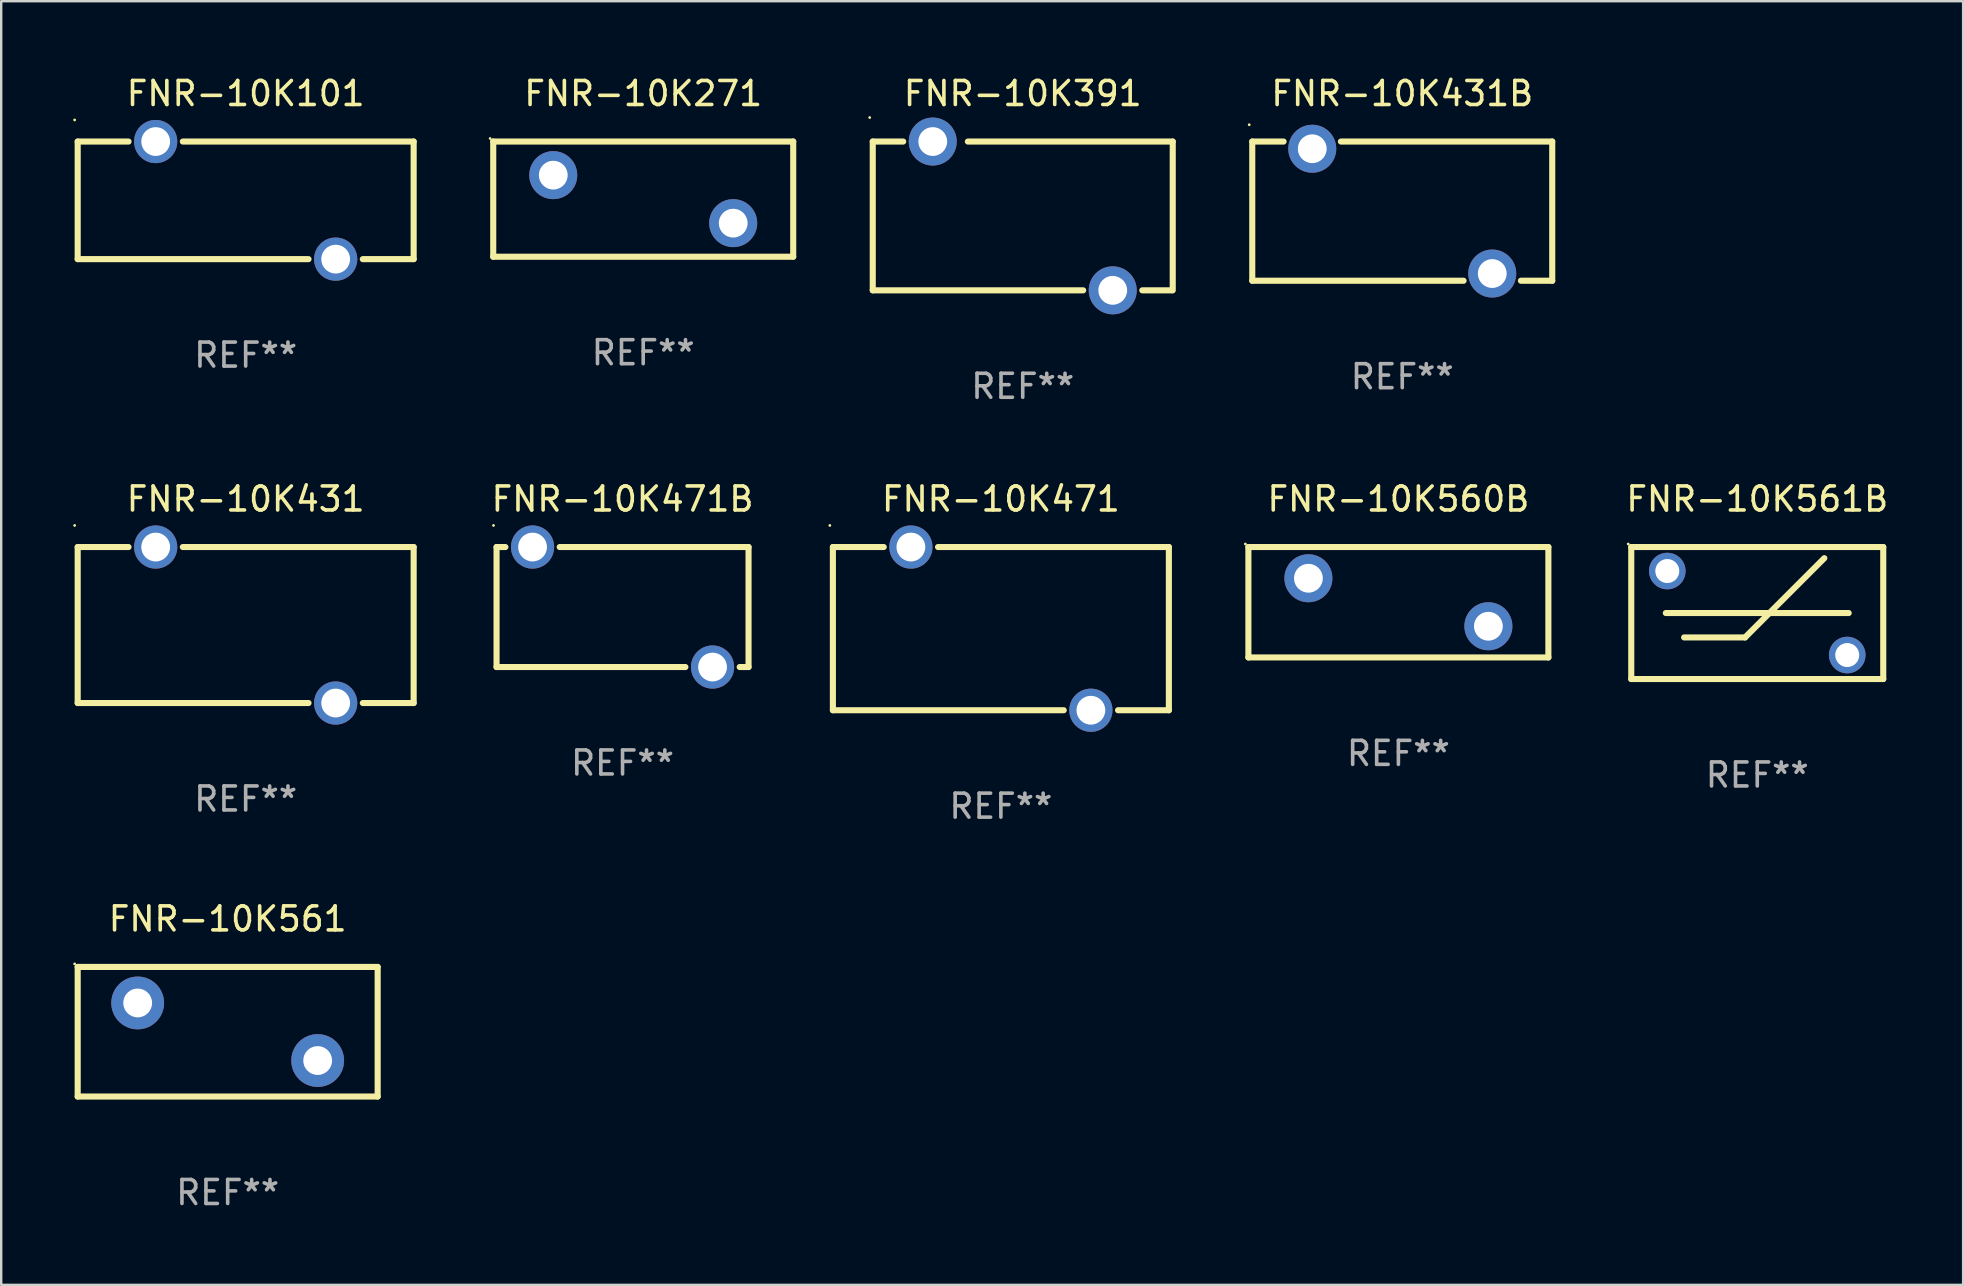
<source format=kicad_pcb>
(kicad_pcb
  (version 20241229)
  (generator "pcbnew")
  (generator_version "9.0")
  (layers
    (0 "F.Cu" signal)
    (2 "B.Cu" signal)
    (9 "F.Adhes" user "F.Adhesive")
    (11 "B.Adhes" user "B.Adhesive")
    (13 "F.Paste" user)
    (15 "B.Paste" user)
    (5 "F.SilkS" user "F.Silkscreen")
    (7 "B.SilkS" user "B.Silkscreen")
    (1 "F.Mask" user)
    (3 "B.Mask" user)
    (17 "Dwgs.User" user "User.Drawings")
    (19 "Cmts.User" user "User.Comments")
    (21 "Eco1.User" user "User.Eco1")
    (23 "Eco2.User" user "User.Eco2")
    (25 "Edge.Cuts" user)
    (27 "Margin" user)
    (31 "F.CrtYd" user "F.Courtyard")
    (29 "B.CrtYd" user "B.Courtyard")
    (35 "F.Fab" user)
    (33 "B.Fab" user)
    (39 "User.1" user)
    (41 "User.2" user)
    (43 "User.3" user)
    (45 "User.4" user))
  (footprint "FNR-10K431B"
    (layer "F.Cu")
    (at 55.381 5.748)
    (property "Reference" "FNR-10K431B" (at 0 -4.9 0) (layer "F.SilkS") (effects (font (size 1 1) (thickness 0.15))))
    (attr through_hole)
    (fp_line (start -6.25 -2.9) (end -6.25 2.9) (stroke (width 0.254) (type solid)) (layer "F.SilkS"))
    (fp_line (start -6.25 -2.9) (end -4.944 -2.9) (stroke (width 0.254) (type solid)) (layer "F.SilkS"))
    (fp_line (start -6.25 2.9) (end 2.556 2.9) (stroke (width 0.254) (type solid)) (layer "F.SilkS"))
    (fp_line (start -2.556 -2.9) (end 6.25 -2.9) (stroke (width 0.254) (type solid)) (layer "F.SilkS"))
    (fp_line (start 4.944 2.9) (end 6.25 2.9) (stroke (width 0.254) (type solid)) (layer "F.SilkS"))
    (fp_line (start 6.25 -2.9) (end 6.25 2.9) (stroke (width 0.254) (type solid)) (layer "F.SilkS"))
    (fp_circle (center -6.377 -3.6) (end -6.347 -3.6) (stroke (width 0.06) (type solid)) (fill no) (layer "F.SilkS"))
    (fp_text user "REF**" (at 0 6.9 0) (layer "F.Fab") (effects (font (size 1 1) (thickness 0.15))))
    (pad "1" thru_hole circle (at -3.75 -2.6) (size 2 2) (drill 1.2) (layers "*.Cu" "*.Mask"))
    (pad "2" thru_hole circle (at 3.75 2.6) (size 2 2) (drill 1.2) (layers "*.Cu" "*.Mask")))
  (footprint "FNR-10K391"
    (layer "F.Cu")
    (at 39.567 5.948)
    (property "Reference" "FNR-10K391" (at 0 -5.1 0) (layer "F.SilkS") (effects (font (size 1 1) (thickness 0.15))))
    (attr through_hole)
    (fp_line (start -6.25 -3.1) (end -6.25 3.1) (stroke (width 0.254) (type solid)) (layer "F.SilkS"))
    (fp_line (start -6.25 -3.1) (end -4.981 -3.1) (stroke (width 0.254) (type solid)) (layer "F.SilkS"))
    (fp_line (start -6.25 3.1) (end 2.519 3.1) (stroke (width 0.254) (type solid)) (layer "F.SilkS"))
    (fp_line (start 4.981 3.1) (end 6.223 3.1) (stroke (width 0.254) (type solid)) (layer "F.SilkS"))
    (fp_line (start 6.25 -3.1) (end -2.286 -3.1) (stroke (width 0.254) (type solid)) (layer "F.SilkS"))
    (fp_line (start 6.25 -3.1) (end 6.25 3.1) (stroke (width 0.254) (type solid)) (layer "F.SilkS"))
    (fp_circle (center -6.377 -4.1) (end -6.347 -4.1) (stroke (width 0.06) (type solid)) (fill no) (layer "F.SilkS"))
    (fp_text user "REF**" (at 0 7.1 0) (layer "F.Fab") (effects (font (size 1 1) (thickness 0.15))))
    (pad "1" thru_hole circle (at -3.75 -3.1) (size 2 2) (drill 1.2) (layers "*.Cu" "*.Mask"))
    (pad "2" thru_hole circle (at 3.75 3.1) (size 2 2) (drill 1.2) (layers "*.Cu" "*.Mask")))
  (footprint "FNR-10K471"
    (layer "F.Cu")
    (at 38.656 23.145)
    (property "Reference" "FNR-10K471" (at 0 -5.4 0) (layer "F.SilkS") (effects (font (size 1 1) (thickness 0.15))))
    (attr through_hole)
    (fp_line (start -7 -3.4) (end -4.881 -3.4) (stroke (width 0.254) (type solid)) (layer "F.SilkS"))
    (fp_line (start -7 3.4) (end -7 -3.4) (stroke (width 0.254) (type solid)) (layer "F.SilkS"))
    (fp_line (start -7 3.4) (end 2.619 3.4) (stroke (width 0.254) (type solid)) (layer "F.SilkS"))
    (fp_line (start -2.619 -3.4) (end 7 -3.4) (stroke (width 0.254) (type solid)) (layer "F.SilkS"))
    (fp_line (start 4.881 3.4) (end 7 3.4) (stroke (width 0.254) (type solid)) (layer "F.SilkS"))
    (fp_line (start 7 -3.4) (end 7 3.4) (stroke (width 0.254) (type solid)) (layer "F.SilkS"))
    (fp_circle (center -7.127 -4.3) (end -7.097 -4.3) (stroke (width 0.06) (type solid)) (fill no) (layer "F.SilkS"))
    (fp_text user "REF**" (at 0 7.4 0) (layer "F.Fab") (effects (font (size 1 1) (thickness 0.15))))
    (pad "1" thru_hole circle (at -3.75 -3.4) (size 1.8 1.8) (drill 1.2) (layers "*.Cu" "*.Mask"))
    (pad "2" thru_hole circle (at 3.75 3.4) (size 1.8 1.8) (drill 1.2) (layers "*.Cu" "*.Mask")))
  (footprint "FNR-10K271"
    (layer "F.Cu")
    (at 23.752 5.248)
    (property "Reference" "FNR-10K271" (at 0 -4.4 0) (layer "F.SilkS") (effects (font (size 1 1) (thickness 0.15))))
    (attr through_hole)
    (fp_line (start -6.249 2.4) (end -6.249 -2.4) (stroke (width 0.254) (type solid)) (layer "F.SilkS"))
    (fp_line (start -6.249 -2.4) (end 6.251 -2.4) (stroke (width 0.254) (type solid)) (layer "F.SilkS"))
    (fp_line (start 6.251 -2.4) (end 6.251 2.4) (stroke (width 0.254) (type solid)) (layer "F.SilkS"))
    (fp_line (start 6.251 2.4) (end -6.251 2.4) (stroke (width 0.254) (type solid)) (layer "F.SilkS"))
    (fp_circle (center -6.378 -2.527) (end -6.348 -2.527) (stroke (width 0.06) (type solid)) (fill no) (layer "F.SilkS"))
    (fp_text user "REF**" (at 0 6.4 0) (layer "F.Fab") (effects (font (size 1 1) (thickness 0.15))))
    (pad "1" thru_hole circle (at -3.748 -1) (size 2 2) (drill 1.2) (layers "*.Cu" "*.Mask"))
    (pad "2" thru_hole circle (at 3.75 1) (size 2 2) (drill 1.2) (layers "*.Cu" "*.Mask")))
  (footprint "FNR-10K431"
    (layer "F.Cu")
    (at 7.187 22.995)
    (property "Reference" "FNR-10K431" (at 0 -5.25 0) (layer "F.SilkS") (effects (font (size 1 1) (thickness 0.15))))
    (attr through_hole)
    (fp_line (start -7 -3.25) (end -4.881 -3.25) (stroke (width 0.254) (type solid)) (layer "F.SilkS"))
    (fp_line (start -7 3.25) (end -7 -3.25) (stroke (width 0.254) (type solid)) (layer "F.SilkS"))
    (fp_line (start -7 3.25) (end 2.619 3.25) (stroke (width 0.254) (type solid)) (layer "F.SilkS"))
    (fp_line (start -2.619 -3.25) (end 7 -3.25) (stroke (width 0.254) (type solid)) (layer "F.SilkS"))
    (fp_line (start 4.881 3.25) (end 7 3.25) (stroke (width 0.254) (type solid)) (layer "F.SilkS"))
    (fp_line (start 7 -3.25) (end 7 3.25) (stroke (width 0.254) (type solid)) (layer "F.SilkS"))
    (fp_circle (center -7.127 -4.15) (end -7.097 -4.15) (stroke (width 0.06) (type solid)) (fill no) (layer "F.SilkS"))
    (fp_text user "REF**" (at 0 7.25 0) (layer "F.Fab") (effects (font (size 1 1) (thickness 0.15))))
    (pad "1" thru_hole circle (at -3.75 -3.25) (size 1.8 1.8) (drill 1.2) (layers "*.Cu" "*.Mask"))
    (pad "2" thru_hole circle (at 3.75 3.25) (size 1.8 1.8) (drill 1.2) (layers "*.Cu" "*.Mask")))
  (footprint "FNR-10K561B"
    (layer "F.Cu")
    (at 70.174 22.495)
    (property "Reference" "FNR-10K561B" (at 0 -4.75 0) (layer "F.SilkS") (effects (font (size 1 1) (thickness 0.15))))
    (attr through_hole)
    (fp_line (start -5.25 -2.75) (end 5.25 -2.75) (stroke (width 0.254) (type solid)) (layer "F.SilkS"))
    (fp_line (start -5.25 2.75) (end -5.25 -2.75) (stroke (width 0.254) (type solid)) (layer "F.SilkS"))
    (fp_line (start -5.25 2.75) (end 5.25 2.75) (stroke (width 0.254) (type solid)) (layer "F.SilkS"))
    (fp_line (start -3.81 0) (end 3.81 0) (stroke (width 0.254) (type solid)) (layer "F.SilkS"))
    (fp_line (start -3.048 1.016) (end -0.508 1.016) (stroke (width 0.254) (type solid)) (layer "F.SilkS"))
    (fp_line (start -0.508 1.016) (end 2.794 -2.286) (stroke (width 0.254) (type solid)) (layer "F.SilkS"))
    (fp_line (start 5.25 -2.75) (end 5.25 2.75) (stroke (width 0.254) (type solid)) (layer "F.SilkS"))
    (fp_circle (center -5.377 -2.877) (end -5.347 -2.877) (stroke (width 0.06) (type solid)) (fill no) (layer "F.SilkS"))
    (fp_text user "REF**" (at 0 6.75 0) (layer "F.Fab") (effects (font (size 1 1) (thickness 0.15))))
    (pad "1" thru_hole circle (at -3.749 -1.75) (size 1.524 1.524) (drill 1) (layers "*.Cu" "*.Mask"))
    (pad "2" thru_hole circle (at 3.749 1.75) (size 1.524 1.524) (drill 1) (layers "*.Cu" "*.Mask")))
  (footprint "FNR-10K101"
    (layer "F.Cu")
    (at 7.187 5.298)
    (property "Reference" "FNR-10K101" (at 0 -4.45 0) (layer "F.SilkS") (effects (font (size 1 1) (thickness 0.15))))
    (attr through_hole)
    (fp_line (start -7 -2.45) (end -4.881 -2.45) (stroke (width 0.254) (type solid)) (layer "F.SilkS"))
    (fp_line (start -7 2.45) (end -7 -2.45) (stroke (width 0.254) (type solid)) (layer "F.SilkS"))
    (fp_line (start -7 2.45) (end 2.619 2.45) (stroke (width 0.254) (type solid)) (layer "F.SilkS"))
    (fp_line (start -2.619 -2.45) (end 7 -2.45) (stroke (width 0.254) (type solid)) (layer "F.SilkS"))
    (fp_line (start 4.881 2.45) (end 7 2.45) (stroke (width 0.254) (type solid)) (layer "F.SilkS"))
    (fp_line (start 7 -2.45) (end 7 2.45) (stroke (width 0.254) (type solid)) (layer "F.SilkS"))
    (fp_circle (center -7.127 -3.35) (end -7.097 -3.35) (stroke (width 0.06) (type solid)) (fill no) (layer "F.SilkS"))
    (fp_text user "REF**" (at 0 6.45 0) (layer "F.Fab") (effects (font (size 1 1) (thickness 0.15))))
    (pad "1" thru_hole circle (at -3.75 -2.45) (size 1.8 1.8) (drill 1.2) (layers "*.Cu" "*.Mask"))
    (pad "2" thru_hole circle (at 3.75 2.45) (size 1.8 1.8) (drill 1.2) (layers "*.Cu" "*.Mask")))
  (footprint "FNR-10K471B"
    (layer "F.Cu")
    (at 22.891 22.245)
    (property "Reference" "FNR-10K471B" (at 0 -4.5 0) (layer "F.SilkS") (effects (font (size 1 1) (thickness 0.15))))
    (attr through_hole)
    (fp_line (start -5.25 2.5) (end -5.25 -2.5) (stroke (width 0.254) (type solid)) (layer "F.SilkS"))
    (fp_line (start -5.25 2.5) (end 2.619 2.5) (stroke (width 0.254) (type solid)) (layer "F.SilkS"))
    (fp_line (start -4.881 -2.5) (end -5.25 -2.5) (stroke (width 0.254) (type solid)) (layer "F.SilkS"))
    (fp_line (start 4.881 2.5) (end 5.25 2.5) (stroke (width 0.254) (type solid)) (layer "F.SilkS"))
    (fp_line (start 5.25 -2.5) (end -2.619 -2.5) (stroke (width 0.254) (type solid)) (layer "F.SilkS"))
    (fp_line (start 5.25 -2.5) (end 5.25 2.5) (stroke (width 0.254) (type solid)) (layer "F.SilkS"))
    (fp_circle (center -5.377 -3.4) (end -5.347 -3.4) (stroke (width 0.06) (type solid)) (fill no) (layer "F.SilkS"))
    (fp_text user "REF**" (at 0 6.5 0) (layer "F.Fab") (effects (font (size 1 1) (thickness 0.15))))
    (pad "1" thru_hole circle (at -3.75 -2.5) (size 1.8 1.8) (drill 1.2) (layers "*.Cu" "*.Mask"))
    (pad "2" thru_hole circle (at 3.75 2.5) (size 1.8 1.8) (drill 1.2) (layers "*.Cu" "*.Mask")))
  (footprint "FNR-10K560B"
    (layer "F.Cu")
    (at 55.22 22.045)
    (property "Reference" "FNR-10K560B" (at 0 -4.3 0) (layer "F.SilkS") (effects (font (size 1 1) (thickness 0.15))))
    (attr through_hole)
    (fp_line (start -6.25 -2.3) (end -6.25 2.3) (stroke (width 0.254) (type solid)) (layer "F.SilkS"))
    (fp_line (start -6.25 -2.3) (end 6.25 -2.3) (stroke (width 0.254) (type solid)) (layer "F.SilkS"))
    (fp_line (start -6.25 2.3) (end 6.25 2.3) (stroke (width 0.254) (type solid)) (layer "F.SilkS"))
    (fp_line (start 6.25 -2.3) (end 6.25 2.3) (stroke (width 0.254) (type solid)) (layer "F.SilkS"))
    (fp_circle (center -6.377 -2.427) (end -6.347 -2.427) (stroke (width 0.06) (type solid)) (fill no) (layer "F.SilkS"))
    (fp_text user "REF**" (at 0 6.3 0) (layer "F.Fab") (effects (font (size 1 1) (thickness 0.15))))
    (pad "1" thru_hole circle (at -3.75 -1) (size 2 2) (drill 1.2) (layers "*.Cu" "*.Mask"))
    (pad "2" thru_hole circle (at 3.75 1) (size 2 2) (drill 1.2) (layers "*.Cu" "*.Mask")))
  (footprint "FNR-10K561"
    (layer "F.Cu")
    (at 6.437 39.942)
    (property "Reference" "FNR-10K561" (at 0 -4.7 0) (layer "F.SilkS") (effects (font (size 1 1) (thickness 0.15))))
    (attr through_hole)
    (fp_line (start -6.25 -2.7) (end -6.25 2.7) (stroke (width 0.254) (type solid)) (layer "F.SilkS"))
    (fp_line (start -6.25 -2.7) (end 6.25 -2.7) (stroke (width 0.254) (type solid)) (layer "F.SilkS"))
    (fp_line (start -6.25 2.7) (end 6.25 2.7) (stroke (width 0.254) (type solid)) (layer "F.SilkS"))
    (fp_line (start 6.25 -2.7) (end 6.25 2.7) (stroke (width 0.254) (type solid)) (layer "F.SilkS"))
    (fp_circle (center -6.377 -2.827) (end -6.347 -2.827) (stroke (width 0.06) (type solid)) (fill no) (layer "F.SilkS"))
    (fp_text user "REF**" (at 0 6.7 0) (layer "F.Fab") (effects (font (size 1 1) (thickness 0.15))))
    (pad "1" thru_hole circle (at -3.75 -1.2) (size 2.2 2.2) (drill 1.2) (layers "*.Cu" "*.Mask"))
    (pad "2" thru_hole circle (at 3.75 1.2) (size 2.2 2.2) (drill 1.2) (layers "*.Cu" "*.Mask")))
  (gr_rect
    (start -3 -3)
    (end 78.752 50.49)
    (stroke (width 0.1) (type default))
    (fill no)
    (layer "Edge.Cuts")))
</source>
